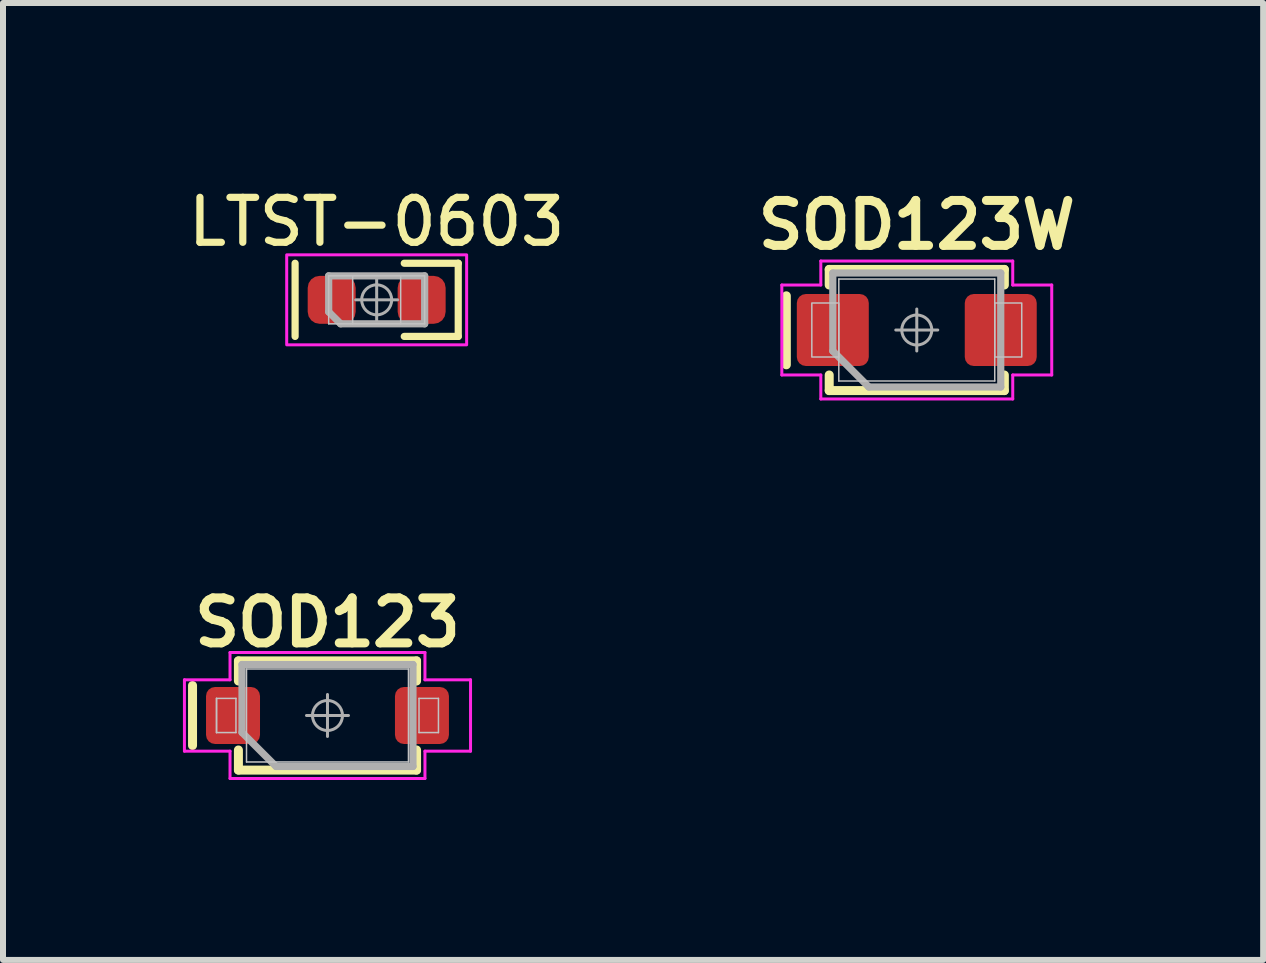
<source format=kicad_pcb>
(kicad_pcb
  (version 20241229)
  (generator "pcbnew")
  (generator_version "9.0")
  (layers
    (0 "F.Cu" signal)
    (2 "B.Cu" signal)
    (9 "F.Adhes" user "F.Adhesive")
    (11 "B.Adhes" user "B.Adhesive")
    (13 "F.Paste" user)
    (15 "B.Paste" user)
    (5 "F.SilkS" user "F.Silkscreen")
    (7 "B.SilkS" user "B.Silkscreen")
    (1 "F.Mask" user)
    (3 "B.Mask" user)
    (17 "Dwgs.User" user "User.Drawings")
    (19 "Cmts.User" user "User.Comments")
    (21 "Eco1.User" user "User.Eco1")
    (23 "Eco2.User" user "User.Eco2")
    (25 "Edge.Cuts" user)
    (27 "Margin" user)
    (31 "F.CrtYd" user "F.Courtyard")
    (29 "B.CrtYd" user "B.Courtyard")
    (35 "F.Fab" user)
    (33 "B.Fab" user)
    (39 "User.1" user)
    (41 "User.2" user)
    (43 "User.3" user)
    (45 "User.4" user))
  (footprint "SOD123"
    (layer "F.Cu")
    (at 2.41 8.879)
    (property "Reference" "SOD123" (at 0 -1.55 0) (layer "F.SilkS") (effects (font (size 0.75 0.75) (thickness 0.15) (bold yes))))
    (attr smd)
    (fp_line (start -2.25 -0.5) (end -2.25 0.5) (stroke (width 0.15) (type solid)) (layer "F.SilkS"))
    (fp_line (start -1.485 -0.91) (end -1.485 -0.575) (stroke (width 0.15) (type solid)) (layer "F.SilkS"))
    (fp_line (start -1.485 0.91) (end -1.485 0.575) (stroke (width 0.15) (type solid)) (layer "F.SilkS"))
    (fp_line (start 1.485 -0.91) (end -1.485 -0.91) (stroke (width 0.15) (type solid)) (layer "F.SilkS"))
    (fp_line (start 1.485 -0.575) (end 1.485 -0.91) (stroke (width 0.15) (type solid)) (layer "F.SilkS"))
    (fp_line (start 1.485 0.575) (end 1.485 0.91) (stroke (width 0.15) (type solid)) (layer "F.SilkS"))
    (fp_line (start 1.485 0.91) (end -1.485 0.91) (stroke (width 0.15) (type solid)) (layer "F.SilkS"))
    (fp_line (start -1.85 -0.285) (end -1.526 -0.285) (stroke (width 0.025) (type solid)) (layer "Dwgs.User"))
    (fp_line (start -1.85 0.285) (end -1.85 -0.285) (stroke (width 0.025) (type solid)) (layer "Dwgs.User"))
    (fp_line (start -1.85 0.285) (end -1.85 -0.285) (stroke (width 0.025) (type solid)) (layer "Dwgs.User"))
    (fp_line (start -1.526 -0.285) (end -1.526 0.285) (stroke (width 0.025) (type solid)) (layer "Dwgs.User"))
    (fp_line (start -1.526 0.285) (end -1.85 0.285) (stroke (width 0.025) (type solid)) (layer "Dwgs.User"))
    (fp_line (start -1.35 -0.775) (end 1.35 -0.775) (stroke (width 0.025) (type solid)) (layer "Dwgs.User"))
    (fp_line (start -1.35 0.775) (end -1.35 -0.775) (stroke (width 0.025) (type solid)) (layer "Dwgs.User"))
    (fp_line (start 1.35 -0.775) (end 1.35 0.775) (stroke (width 0.025) (type solid)) (layer "Dwgs.User"))
    (fp_line (start 1.35 0.775) (end -1.35 0.775) (stroke (width 0.025) (type solid)) (layer "Dwgs.User"))
    (fp_line (start 1.526 -0.285) (end 1.85 -0.285) (stroke (width 0.025) (type solid)) (layer "Dwgs.User"))
    (fp_line (start 1.526 0.285) (end 1.526 -0.285) (stroke (width 0.025) (type solid)) (layer "Dwgs.User"))
    (fp_line (start 1.85 0.285) (end 1.526 0.285) (stroke (width 0.025) (type solid)) (layer "Dwgs.User"))
    (fp_line (start 1.85 0.285) (end 1.85 -0.285) (stroke (width 0.025) (type solid)) (layer "Dwgs.User"))
    (fp_line (start -2.385 -0.595) (end -2.385 0.595) (stroke (width 0.05) (type solid)) (layer "F.CrtYd"))
    (fp_line (start -2.385 0.595) (end -1.625 0.595) (stroke (width 0.05) (type solid)) (layer "F.CrtYd"))
    (fp_line (start -1.625 -1.05) (end -1.625 -0.595) (stroke (width 0.05) (type solid)) (layer "F.CrtYd"))
    (fp_line (start -1.625 -0.595) (end -2.385 -0.595) (stroke (width 0.05) (type solid)) (layer "F.CrtYd"))
    (fp_line (start -1.625 0.595) (end -1.625 1.05) (stroke (width 0.05) (type solid)) (layer "F.CrtYd"))
    (fp_line (start -1.625 1.05) (end 1.625 1.05) (stroke (width 0.05) (type solid)) (layer "F.CrtYd"))
    (fp_line (start 1.625 -1.05) (end -1.625 -1.05) (stroke (width 0.05) (type solid)) (layer "F.CrtYd"))
    (fp_line (start 1.625 -0.595) (end 1.625 -1.05) (stroke (width 0.05) (type solid)) (layer "F.CrtYd"))
    (fp_line (start 1.625 0.595) (end 2.385 0.595) (stroke (width 0.05) (type solid)) (layer "F.CrtYd"))
    (fp_line (start 1.625 1.05) (end 1.625 0.595) (stroke (width 0.05) (type solid)) (layer "F.CrtYd"))
    (fp_line (start 2.385 -0.595) (end 1.625 -0.595) (stroke (width 0.05) (type solid)) (layer "F.CrtYd"))
    (fp_line (start 2.385 0.595) (end 2.385 -0.595) (stroke (width 0.05) (type solid)) (layer "F.CrtYd"))
    (fp_line (start -1.425 -0.85) (end -1.425 0.283) (stroke (width 0.12) (type solid)) (layer "F.Fab"))
    (fp_line (start -1.425 0.283) (end -0.858 0.85) (stroke (width 0.12) (type solid)) (layer "F.Fab"))
    (fp_line (start -0.858 0.85) (end 1.425 0.85) (stroke (width 0.12) (type solid)) (layer "F.Fab"))
    (fp_line (start 0 -0.35) (end 0 0.35) (stroke (width 0.05) (type solid)) (layer "F.Fab"))
    (fp_line (start 0.35 0) (end -0.35 0) (stroke (width 0.05) (type solid)) (layer "F.Fab"))
    (fp_line (start 1.425 -0.85) (end -1.425 -0.85) (stroke (width 0.12) (type solid)) (layer "F.Fab"))
    (fp_line (start 1.425 0.85) (end 1.425 -0.85) (stroke (width 0.12) (type solid)) (layer "F.Fab"))
    (fp_circle (center 0 0) (end 0.25 0) (stroke (width 0.05) (type solid)) (fill no) (layer "F.Fab"))
    (pad "1" smd roundrect (at -1.575 0 180) (size 0.9 0.95) (layers "F.Cu" "F.Mask" "F.Paste") (roundrect_rratio 0.167))
    (pad "2" smd roundrect (at 1.575 0 180) (size 0.9 0.95) (layers "F.Cu" "F.Mask" "F.Paste") (roundrect_rratio 0.167)))
  (footprint "SOD123W"
    (layer "F.Cu")
    (at 12.235 2.452)
    (property "Reference" "SOD123W" (at 0 -1.75 0) (layer "F.SilkS") (effects (font (size 0.75 0.75) (thickness 0.15) (bold yes))))
    (attr smd)
    (fp_line (start -2.175 -0.57) (end -2.175 0.58) (stroke (width 0.15) (type solid)) (layer "F.SilkS"))
    (fp_line (start -1.46 -0.75) (end -1.46 -1.01) (stroke (width 0.15) (type solid)) (layer "F.SilkS"))
    (fp_line (start -1.46 1.01) (end -1.46 0.75) (stroke (width 0.15) (type solid)) (layer "F.SilkS"))
    (fp_line (start 1.46 -1.01) (end -1.46 -1.01) (stroke (width 0.15) (type solid)) (layer "F.SilkS"))
    (fp_line (start 1.46 -0.75) (end 1.46 -1.01) (stroke (width 0.15) (type solid)) (layer "F.SilkS"))
    (fp_line (start 1.46 1.01) (end -1.46 1.01) (stroke (width 0.15) (type solid)) (layer "F.SilkS"))
    (fp_line (start 1.46 1.01) (end 1.46 0.75) (stroke (width 0.15) (type solid)) (layer "F.SilkS"))
    (fp_line (start -1.3 -0.85) (end 1.3 -0.85) (stroke (width 0.025) (type solid)) (layer "Dwgs.User"))
    (fp_line (start -1.3 0.85) (end -1.3 -0.85) (stroke (width 0.025) (type solid)) (layer "Dwgs.User"))
    (fp_line (start 1.3 -0.85) (end 1.3 0.85) (stroke (width 0.025) (type solid)) (layer "Dwgs.User"))
    (fp_line (start 1.3 0.85) (end -1.3 0.85) (stroke (width 0.025) (type solid)) (layer "Dwgs.User"))
    (fp_rect (start -1.75 -0.45) (end -1.3 0.45) (stroke (width 0.025) (type solid)) (fill no) (layer "Dwgs.User"))
    (fp_rect (start 1.3 -0.45) (end 1.75 0.45) (stroke (width 0.025) (type solid)) (fill no) (layer "Dwgs.User"))
    (fp_line (start -2.25 -0.75) (end -2.25 0.75) (stroke (width 0.05) (type default)) (layer "F.CrtYd"))
    (fp_line (start -1.6 -1.15) (end -1.6 -0.75) (stroke (width 0.05) (type solid)) (layer "F.CrtYd"))
    (fp_line (start -1.6 -0.75) (end -2.25 -0.75) (stroke (width 0.05) (type solid)) (layer "F.CrtYd"))
    (fp_line (start -1.6 0.75) (end -2.25 0.75) (stroke (width 0.05) (type solid)) (layer "F.CrtYd"))
    (fp_line (start -1.6 1.15) (end -1.6 0.75) (stroke (width 0.05) (type solid)) (layer "F.CrtYd"))
    (fp_line (start -1.6 1.15) (end 1.6 1.15) (stroke (width 0.05) (type solid)) (layer "F.CrtYd"))
    (fp_line (start 1.6 -1.15) (end -1.6 -1.15) (stroke (width 0.05) (type solid)) (layer "F.CrtYd"))
    (fp_line (start 1.6 -1.15) (end 1.6 -0.75) (stroke (width 0.05) (type solid)) (layer "F.CrtYd"))
    (fp_line (start 1.6 -0.75) (end 2.25 -0.75) (stroke (width 0.05) (type solid)) (layer "F.CrtYd"))
    (fp_line (start 1.6 0.75) (end 2.25 0.75) (stroke (width 0.05) (type solid)) (layer "F.CrtYd"))
    (fp_line (start 1.6 1.15) (end 1.6 0.75) (stroke (width 0.05) (type solid)) (layer "F.CrtYd"))
    (fp_line (start 2.25 -0.75) (end 2.25 0.75) (stroke (width 0.05) (type default)) (layer "F.CrtYd"))
    (fp_line (start -1.4 -0.95) (end -1.4 0.35) (stroke (width 0.12) (type solid)) (layer "F.Fab"))
    (fp_line (start -1.4 0.35) (end -0.8 0.95) (stroke (width 0.12) (type solid)) (layer "F.Fab"))
    (fp_line (start -0.8 0.95) (end 1.4 0.95) (stroke (width 0.12) (type solid)) (layer "F.Fab"))
    (fp_line (start 0 -0.35) (end 0 0.35) (stroke (width 0.05) (type solid)) (layer "F.Fab"))
    (fp_line (start 0.35 0) (end -0.35 0) (stroke (width 0.05) (type solid)) (layer "F.Fab"))
    (fp_line (start 1.4 -0.95) (end -1.4 -0.95) (stroke (width 0.12) (type solid)) (layer "F.Fab"))
    (fp_line (start 1.4 0.95) (end 1.4 -0.95) (stroke (width 0.12) (type solid)) (layer "F.Fab"))
    (fp_circle (center 0 0) (end 0.25 0) (stroke (width 0.05) (type solid)) (fill no) (layer "F.Fab"))
    (pad "1" smd roundrect (at -1.4 0) (size 1.2 1.2) (layers "F.Cu" "F.Mask" "F.Paste") (roundrect_rratio 0.125))
    (pad "2" smd roundrect (at 1.4 0) (size 1.2 1.2) (layers "F.Cu" "F.Mask" "F.Paste") (roundrect_rratio 0.125)))
  (footprint "LTST-0603"
    (layer "F.Cu")
    (at 3.23 1.949)
    (property "Reference" "LTST-0603" (at 0 -1.3 0) (layer "F.SilkS") (effects (font (size 0.75 0.75) (thickness 0.12))))
    (attr smd)
    (fp_line (start -1.36 0.61) (end -1.36 -0.61) (stroke (width 0.12) (type solid)) (layer "F.SilkS"))
    (fp_line (start 0.46 -0.61) (end 1.36 -0.61) (stroke (width 0.12) (type solid)) (layer "F.SilkS"))
    (fp_line (start 0.46 0.61) (end 1.36 0.61) (stroke (width 0.12) (type solid)) (layer "F.SilkS"))
    (fp_line (start 1.36 0.61) (end 1.36 -0.61) (stroke (width 0.12) (type solid)) (layer "F.SilkS"))
    (fp_line (start -0.8 -0.4) (end -0.8 0.4) (stroke (width 0.025) (type solid)) (layer "Dwgs.User"))
    (fp_line (start -0.8 -0.4) (end 0.8 -0.4) (stroke (width 0.025) (type solid)) (layer "Dwgs.User"))
    (fp_line (start -0.4 -0.4) (end -0.4 0.4) (stroke (width 0.025) (type solid)) (layer "Dwgs.User"))
    (fp_line (start 0.4 0.4) (end 0.4 -0.4) (stroke (width 0.025) (type solid)) (layer "Dwgs.User"))
    (fp_line (start 0.8 -0.4) (end 0.8 0.4) (stroke (width 0.025) (type solid)) (layer "Dwgs.User"))
    (fp_line (start 0.8 0.4) (end -0.8 0.4) (stroke (width 0.025) (type solid)) (layer "Dwgs.User"))
    (fp_rect (start -1.5 -0.75) (end 1.5 0.75) (stroke (width 0.05) (type default)) (fill no) (layer "F.CrtYd"))
    (fp_line (start -0.8 -0.4) (end -0.8 0.2) (stroke (width 0.12) (type solid)) (layer "F.Fab"))
    (fp_line (start -0.8 0.2) (end -0.6 0.4) (stroke (width 0.12) (type solid)) (layer "F.Fab"))
    (fp_line (start -0.6 0.4) (end 0.8 0.4) (stroke (width 0.12) (type solid)) (layer "F.Fab"))
    (fp_line (start 0 -0.35) (end 0 0.35) (stroke (width 0.05) (type solid)) (layer "F.Fab"))
    (fp_line (start 0.35 0) (end -0.35 0) (stroke (width 0.05) (type solid)) (layer "F.Fab"))
    (fp_line (start 0.8 -0.4) (end -0.8 -0.4) (stroke (width 0.12) (type solid)) (layer "F.Fab"))
    (fp_line (start 0.8 0.4) (end 0.8 -0.4) (stroke (width 0.12) (type solid)) (layer "F.Fab"))
    (fp_circle (center 0 0) (end 0.25 0) (stroke (width 0.05) (type solid)) (fill no) (layer "F.Fab"))
    (pad "1" smd roundrect (at -0.75 0) (size 0.8 0.8) (layers "F.Cu" "F.Mask" "F.Paste") (roundrect_rratio 0.25))
    (pad "2" smd roundrect (at 0.75 0) (size 0.8 0.8) (layers "F.Cu" "F.Mask" "F.Paste") (roundrect_rratio 0.25)))
  (gr_rect
    (start -3 -3)
    (end 18.01 12.954)
    (stroke (width 0.1) (type default))
    (fill no)
    (layer "Edge.Cuts")))
</source>
